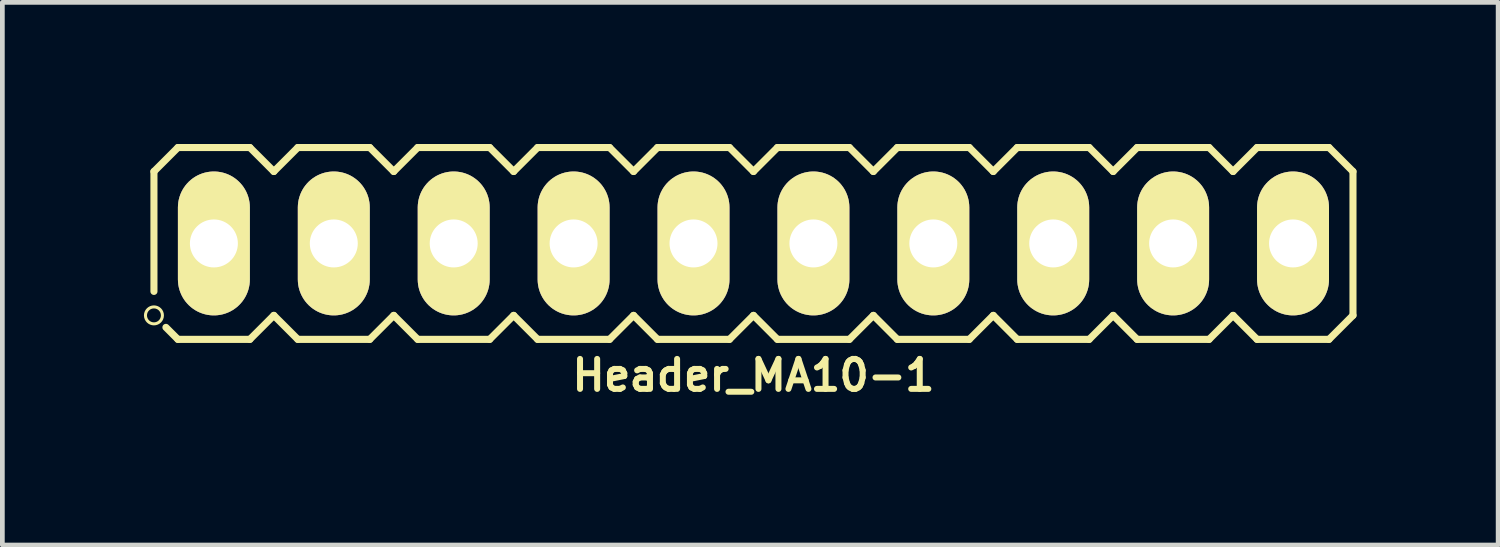
<source format=kicad_pcb>
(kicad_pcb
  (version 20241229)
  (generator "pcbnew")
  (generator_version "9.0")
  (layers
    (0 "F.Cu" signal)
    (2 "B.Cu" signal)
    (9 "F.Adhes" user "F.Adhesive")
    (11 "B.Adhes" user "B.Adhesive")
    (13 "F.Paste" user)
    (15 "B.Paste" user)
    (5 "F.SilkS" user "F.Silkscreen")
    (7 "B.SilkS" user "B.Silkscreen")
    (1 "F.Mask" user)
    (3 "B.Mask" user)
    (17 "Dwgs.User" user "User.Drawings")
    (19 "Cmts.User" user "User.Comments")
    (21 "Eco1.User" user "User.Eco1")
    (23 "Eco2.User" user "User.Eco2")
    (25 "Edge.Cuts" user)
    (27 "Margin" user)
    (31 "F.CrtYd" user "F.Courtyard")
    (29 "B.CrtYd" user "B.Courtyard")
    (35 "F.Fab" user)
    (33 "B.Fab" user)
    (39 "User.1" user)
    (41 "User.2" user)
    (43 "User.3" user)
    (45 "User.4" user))
  (footprint "Header_MA10-1"
    (layer "F.Cu")
    (at 12.911 2.107)
    (property "Reference" "Header_MA10-1" (at 0 2.794 0) (layer "F.SilkS") (effects (font (size 0.635 0.635) (thickness 0.127))))
    (attr exclude_from_pos_files exclude_from_bom)
    (fp_line (start -12.7 -1.524) (end -12.192 -2.032) (stroke (width 0.15) (type solid)) (layer "F.SilkS"))
    (fp_line (start -12.7 1.016) (end -12.7 -1.524) (stroke (width 0.15) (type solid)) (layer "F.SilkS"))
    (fp_line (start -12.192 -2.032) (end -10.668 -2.032) (stroke (width 0.15) (type solid)) (layer "F.SilkS"))
    (fp_line (start -12.192 2.032) (end -12.446 1.778) (stroke (width 0.15) (type solid)) (layer "F.SilkS"))
    (fp_line (start -11.684 -0.254) (end -11.176 -0.254) (stroke (width 0.066) (type solid)) (layer "F.SilkS"))
    (fp_line (start -11.684 0.254) (end -11.684 -0.254) (stroke (width 0.066) (type solid)) (layer "F.SilkS"))
    (fp_line (start -11.684 0.254) (end -11.176 0.254) (stroke (width 0.066) (type solid)) (layer "F.SilkS"))
    (fp_line (start -11.176 0.254) (end -11.176 -0.254) (stroke (width 0.066) (type solid)) (layer "F.SilkS"))
    (fp_line (start -10.668 -2.032) (end -10.16 -1.524) (stroke (width 0.15) (type solid)) (layer "F.SilkS"))
    (fp_line (start -10.668 2.032) (end -12.192 2.032) (stroke (width 0.15) (type solid)) (layer "F.SilkS"))
    (fp_line (start -10.16 -1.524) (end -9.652 -2.032) (stroke (width 0.15) (type solid)) (layer "F.SilkS"))
    (fp_line (start -10.16 1.524) (end -10.668 2.032) (stroke (width 0.15) (type solid)) (layer "F.SilkS"))
    (fp_line (start -9.652 -2.032) (end -8.128 -2.032) (stroke (width 0.15) (type solid)) (layer "F.SilkS"))
    (fp_line (start -9.652 2.032) (end -10.16 1.524) (stroke (width 0.15) (type solid)) (layer "F.SilkS"))
    (fp_line (start -9.144 -0.254) (end -8.636 -0.254) (stroke (width 0.066) (type solid)) (layer "F.SilkS"))
    (fp_line (start -9.144 0.254) (end -9.144 -0.254) (stroke (width 0.066) (type solid)) (layer "F.SilkS"))
    (fp_line (start -9.144 0.254) (end -8.636 0.254) (stroke (width 0.066) (type solid)) (layer "F.SilkS"))
    (fp_line (start -8.636 0.254) (end -8.636 -0.254) (stroke (width 0.066) (type solid)) (layer "F.SilkS"))
    (fp_line (start -8.128 -2.032) (end -7.62 -1.524) (stroke (width 0.15) (type solid)) (layer "F.SilkS"))
    (fp_line (start -8.128 2.032) (end -9.652 2.032) (stroke (width 0.15) (type solid)) (layer "F.SilkS"))
    (fp_line (start -7.62 -1.524) (end -7.112 -2.032) (stroke (width 0.15) (type solid)) (layer "F.SilkS"))
    (fp_line (start -7.62 1.524) (end -8.128 2.032) (stroke (width 0.15) (type solid)) (layer "F.SilkS"))
    (fp_line (start -7.112 -2.032) (end -5.588 -2.032) (stroke (width 0.15) (type solid)) (layer "F.SilkS"))
    (fp_line (start -7.112 2.032) (end -7.62 1.524) (stroke (width 0.15) (type solid)) (layer "F.SilkS"))
    (fp_line (start -6.604 -0.254) (end -6.096 -0.254) (stroke (width 0.066) (type solid)) (layer "F.SilkS"))
    (fp_line (start -6.604 0.254) (end -6.604 -0.254) (stroke (width 0.066) (type solid)) (layer "F.SilkS"))
    (fp_line (start -6.604 0.254) (end -6.096 0.254) (stroke (width 0.066) (type solid)) (layer "F.SilkS"))
    (fp_line (start -6.096 0.254) (end -6.096 -0.254) (stroke (width 0.066) (type solid)) (layer "F.SilkS"))
    (fp_line (start -5.588 -2.032) (end -5.08 -1.524) (stroke (width 0.15) (type solid)) (layer "F.SilkS"))
    (fp_line (start -5.588 2.032) (end -7.112 2.032) (stroke (width 0.15) (type solid)) (layer "F.SilkS"))
    (fp_line (start -5.08 -1.524) (end -4.572 -2.032) (stroke (width 0.15) (type solid)) (layer "F.SilkS"))
    (fp_line (start -5.08 1.524) (end -5.588 2.032) (stroke (width 0.15) (type solid)) (layer "F.SilkS"))
    (fp_line (start -4.572 -2.032) (end -3.048 -2.032) (stroke (width 0.15) (type solid)) (layer "F.SilkS"))
    (fp_line (start -4.572 2.032) (end -5.08 1.524) (stroke (width 0.15) (type solid)) (layer "F.SilkS"))
    (fp_line (start -4.064 -0.254) (end -3.556 -0.254) (stroke (width 0.066) (type solid)) (layer "F.SilkS"))
    (fp_line (start -4.064 0.254) (end -4.064 -0.254) (stroke (width 0.066) (type solid)) (layer "F.SilkS"))
    (fp_line (start -4.064 0.254) (end -3.556 0.254) (stroke (width 0.066) (type solid)) (layer "F.SilkS"))
    (fp_line (start -3.556 0.254) (end -3.556 -0.254) (stroke (width 0.066) (type solid)) (layer "F.SilkS"))
    (fp_line (start -3.048 -2.032) (end -2.54 -1.524) (stroke (width 0.15) (type solid)) (layer "F.SilkS"))
    (fp_line (start -3.048 2.032) (end -4.572 2.032) (stroke (width 0.15) (type solid)) (layer "F.SilkS"))
    (fp_line (start -2.54 -1.524) (end -2.032 -2.032) (stroke (width 0.15) (type solid)) (layer "F.SilkS"))
    (fp_line (start -2.54 1.524) (end -3.048 2.032) (stroke (width 0.15) (type solid)) (layer "F.SilkS"))
    (fp_line (start -2.032 -2.032) (end -0.508 -2.032) (stroke (width 0.15) (type solid)) (layer "F.SilkS"))
    (fp_line (start -2.032 2.032) (end -2.54 1.524) (stroke (width 0.15) (type solid)) (layer "F.SilkS"))
    (fp_line (start -1.524 -0.254) (end -1.016 -0.254) (stroke (width 0.066) (type solid)) (layer "F.SilkS"))
    (fp_line (start -1.524 0.254) (end -1.524 -0.254) (stroke (width 0.066) (type solid)) (layer "F.SilkS"))
    (fp_line (start -1.524 0.254) (end -1.016 0.254) (stroke (width 0.066) (type solid)) (layer "F.SilkS"))
    (fp_line (start -1.016 0.254) (end -1.016 -0.254) (stroke (width 0.066) (type solid)) (layer "F.SilkS"))
    (fp_line (start -0.508 -2.032) (end 0 -1.524) (stroke (width 0.15) (type solid)) (layer "F.SilkS"))
    (fp_line (start -0.508 2.032) (end -2.032 2.032) (stroke (width 0.15) (type solid)) (layer "F.SilkS"))
    (fp_line (start 0 -1.524) (end 0.508 -2.032) (stroke (width 0.15) (type solid)) (layer "F.SilkS"))
    (fp_line (start 0 1.524) (end -0.508 2.032) (stroke (width 0.15) (type solid)) (layer "F.SilkS"))
    (fp_line (start 0.508 -2.032) (end 2.032 -2.032) (stroke (width 0.15) (type solid)) (layer "F.SilkS"))
    (fp_line (start 0.508 2.032) (end 0 1.524) (stroke (width 0.15) (type solid)) (layer "F.SilkS"))
    (fp_line (start 1.016 -0.254) (end 1.524 -0.254) (stroke (width 0.066) (type solid)) (layer "F.SilkS"))
    (fp_line (start 1.016 0.254) (end 1.016 -0.254) (stroke (width 0.066) (type solid)) (layer "F.SilkS"))
    (fp_line (start 1.016 0.254) (end 1.524 0.254) (stroke (width 0.066) (type solid)) (layer "F.SilkS"))
    (fp_line (start 1.524 0.254) (end 1.524 -0.254) (stroke (width 0.066) (type solid)) (layer "F.SilkS"))
    (fp_line (start 2.032 -2.032) (end 2.54 -1.524) (stroke (width 0.15) (type solid)) (layer "F.SilkS"))
    (fp_line (start 2.032 2.032) (end 0.508 2.032) (stroke (width 0.15) (type solid)) (layer "F.SilkS"))
    (fp_line (start 2.54 -1.524) (end 3.048 -2.032) (stroke (width 0.15) (type solid)) (layer "F.SilkS"))
    (fp_line (start 2.54 1.524) (end 2.032 2.032) (stroke (width 0.15) (type solid)) (layer "F.SilkS"))
    (fp_line (start 3.048 -2.032) (end 4.572 -2.032) (stroke (width 0.15) (type solid)) (layer "F.SilkS"))
    (fp_line (start 3.048 2.032) (end 2.54 1.524) (stroke (width 0.15) (type solid)) (layer "F.SilkS"))
    (fp_line (start 3.556 -0.254) (end 4.064 -0.254) (stroke (width 0.066) (type solid)) (layer "F.SilkS"))
    (fp_line (start 3.556 0.254) (end 3.556 -0.254) (stroke (width 0.066) (type solid)) (layer "F.SilkS"))
    (fp_line (start 3.556 0.254) (end 4.064 0.254) (stroke (width 0.066) (type solid)) (layer "F.SilkS"))
    (fp_line (start 4.064 0.254) (end 4.064 -0.254) (stroke (width 0.066) (type solid)) (layer "F.SilkS"))
    (fp_line (start 4.572 -2.032) (end 5.08 -1.524) (stroke (width 0.15) (type solid)) (layer "F.SilkS"))
    (fp_line (start 4.572 2.032) (end 3.048 2.032) (stroke (width 0.15) (type solid)) (layer "F.SilkS"))
    (fp_line (start 5.08 -1.524) (end 5.588 -2.032) (stroke (width 0.15) (type solid)) (layer "F.SilkS"))
    (fp_line (start 5.08 1.524) (end 4.572 2.032) (stroke (width 0.15) (type solid)) (layer "F.SilkS"))
    (fp_line (start 5.588 -2.032) (end 7.112 -2.032) (stroke (width 0.15) (type solid)) (layer "F.SilkS"))
    (fp_line (start 5.588 2.032) (end 5.08 1.524) (stroke (width 0.15) (type solid)) (layer "F.SilkS"))
    (fp_line (start 6.096 -0.254) (end 6.604 -0.254) (stroke (width 0.066) (type solid)) (layer "F.SilkS"))
    (fp_line (start 6.096 0.254) (end 6.096 -0.254) (stroke (width 0.066) (type solid)) (layer "F.SilkS"))
    (fp_line (start 6.096 0.254) (end 6.604 0.254) (stroke (width 0.066) (type solid)) (layer "F.SilkS"))
    (fp_line (start 6.604 0.254) (end 6.604 -0.254) (stroke (width 0.066) (type solid)) (layer "F.SilkS"))
    (fp_line (start 7.112 -2.032) (end 7.62 -1.524) (stroke (width 0.15) (type solid)) (layer "F.SilkS"))
    (fp_line (start 7.112 2.032) (end 5.588 2.032) (stroke (width 0.15) (type solid)) (layer "F.SilkS"))
    (fp_line (start 7.62 -1.524) (end 8.128 -2.032) (stroke (width 0.15) (type solid)) (layer "F.SilkS"))
    (fp_line (start 7.62 1.524) (end 7.112 2.032) (stroke (width 0.15) (type solid)) (layer "F.SilkS"))
    (fp_line (start 8.128 -2.032) (end 9.652 -2.032) (stroke (width 0.15) (type solid)) (layer "F.SilkS"))
    (fp_line (start 8.128 2.032) (end 7.62 1.524) (stroke (width 0.15) (type solid)) (layer "F.SilkS"))
    (fp_line (start 8.636 -0.254) (end 9.144 -0.254) (stroke (width 0.066) (type solid)) (layer "F.SilkS"))
    (fp_line (start 8.636 0.254) (end 8.636 -0.254) (stroke (width 0.066) (type solid)) (layer "F.SilkS"))
    (fp_line (start 8.636 0.254) (end 9.144 0.254) (stroke (width 0.066) (type solid)) (layer "F.SilkS"))
    (fp_line (start 9.144 0.254) (end 9.144 -0.254) (stroke (width 0.066) (type solid)) (layer "F.SilkS"))
    (fp_line (start 9.652 -2.032) (end 10.16 -1.524) (stroke (width 0.15) (type solid)) (layer "F.SilkS"))
    (fp_line (start 9.652 2.032) (end 8.128 2.032) (stroke (width 0.15) (type solid)) (layer "F.SilkS"))
    (fp_line (start 10.16 -1.524) (end 10.668 -2.032) (stroke (width 0.15) (type solid)) (layer "F.SilkS"))
    (fp_line (start 10.16 1.524) (end 9.652 2.032) (stroke (width 0.15) (type solid)) (layer "F.SilkS"))
    (fp_line (start 10.668 -2.032) (end 12.192 -2.032) (stroke (width 0.15) (type solid)) (layer "F.SilkS"))
    (fp_line (start 10.668 2.032) (end 10.16 1.524) (stroke (width 0.15) (type solid)) (layer "F.SilkS"))
    (fp_line (start 11.176 -0.254) (end 11.684 -0.254) (stroke (width 0.066) (type solid)) (layer "F.SilkS"))
    (fp_line (start 11.176 0.254) (end 11.176 -0.254) (stroke (width 0.066) (type solid)) (layer "F.SilkS"))
    (fp_line (start 11.176 0.254) (end 11.684 0.254) (stroke (width 0.066) (type solid)) (layer "F.SilkS"))
    (fp_line (start 11.684 0.254) (end 11.684 -0.254) (stroke (width 0.066) (type solid)) (layer "F.SilkS"))
    (fp_line (start 12.192 -2.032) (end 12.7 -1.524) (stroke (width 0.15) (type solid)) (layer "F.SilkS"))
    (fp_line (start 12.192 2.032) (end 10.668 2.032) (stroke (width 0.15) (type solid)) (layer "F.SilkS"))
    (fp_line (start 12.7 -1.524) (end 12.7 1.524) (stroke (width 0.15) (type solid)) (layer "F.SilkS"))
    (fp_line (start 12.7 1.524) (end 12.192 2.032) (stroke (width 0.15) (type solid)) (layer "F.SilkS"))
    (fp_circle (center -12.7 1.524) (end -12.827 1.651) (stroke (width 0.064) (type solid)) (fill no) (layer "F.SilkS"))
    (pad "1" thru_hole oval (at -11.43 0 180) (size 1.524 3.048) (drill 1.016) (layers "*.Cu" "*.Mask" "F.SilkS" "F.Paste"))
    (pad "2" thru_hole oval (at -8.89 0 180) (size 1.524 3.048) (drill 1.016) (layers "*.Cu" "*.Mask" "F.SilkS" "F.Paste"))
    (pad "3" thru_hole oval (at -6.35 0 180) (size 1.524 3.048) (drill 1.016) (layers "*.Cu" "*.Mask" "F.SilkS" "F.Paste"))
    (pad "4" thru_hole oval (at -3.81 0 180) (size 1.524 3.048) (drill 1.016) (layers "*.Cu" "*.Mask" "F.SilkS" "F.Paste"))
    (pad "5" thru_hole oval (at -1.27 0 180) (size 1.524 3.048) (drill 1.016) (layers "*.Cu" "*.Mask" "F.SilkS" "F.Paste"))
    (pad "6" thru_hole oval (at 1.27 0 180) (size 1.524 3.048) (drill 1.016) (layers "*.Cu" "*.Mask" "F.SilkS" "F.Paste"))
    (pad "7" thru_hole oval (at 3.81 0 180) (size 1.524 3.048) (drill 1.016) (layers "*.Cu" "*.Mask" "F.SilkS" "F.Paste"))
    (pad "8" thru_hole oval (at 6.35 0 180) (size 1.524 3.048) (drill 1.016) (layers "*.Cu" "*.Mask" "F.SilkS" "F.Paste"))
    (pad "9" thru_hole oval (at 8.89 0 180) (size 1.524 3.048) (drill 1.016) (layers "*.Cu" "*.Mask" "F.SilkS" "F.Paste"))
    (pad "10" thru_hole oval (at 11.43 0 180) (size 1.524 3.048) (drill 1.016) (layers "*.Cu" "*.Mask" "F.SilkS" "F.Paste")))
  (gr_rect
    (start -3 -3)
    (end 28.686 8.495)
    (stroke (width 0.1) (type default))
    (fill no)
    (layer "Edge.Cuts")))
</source>
